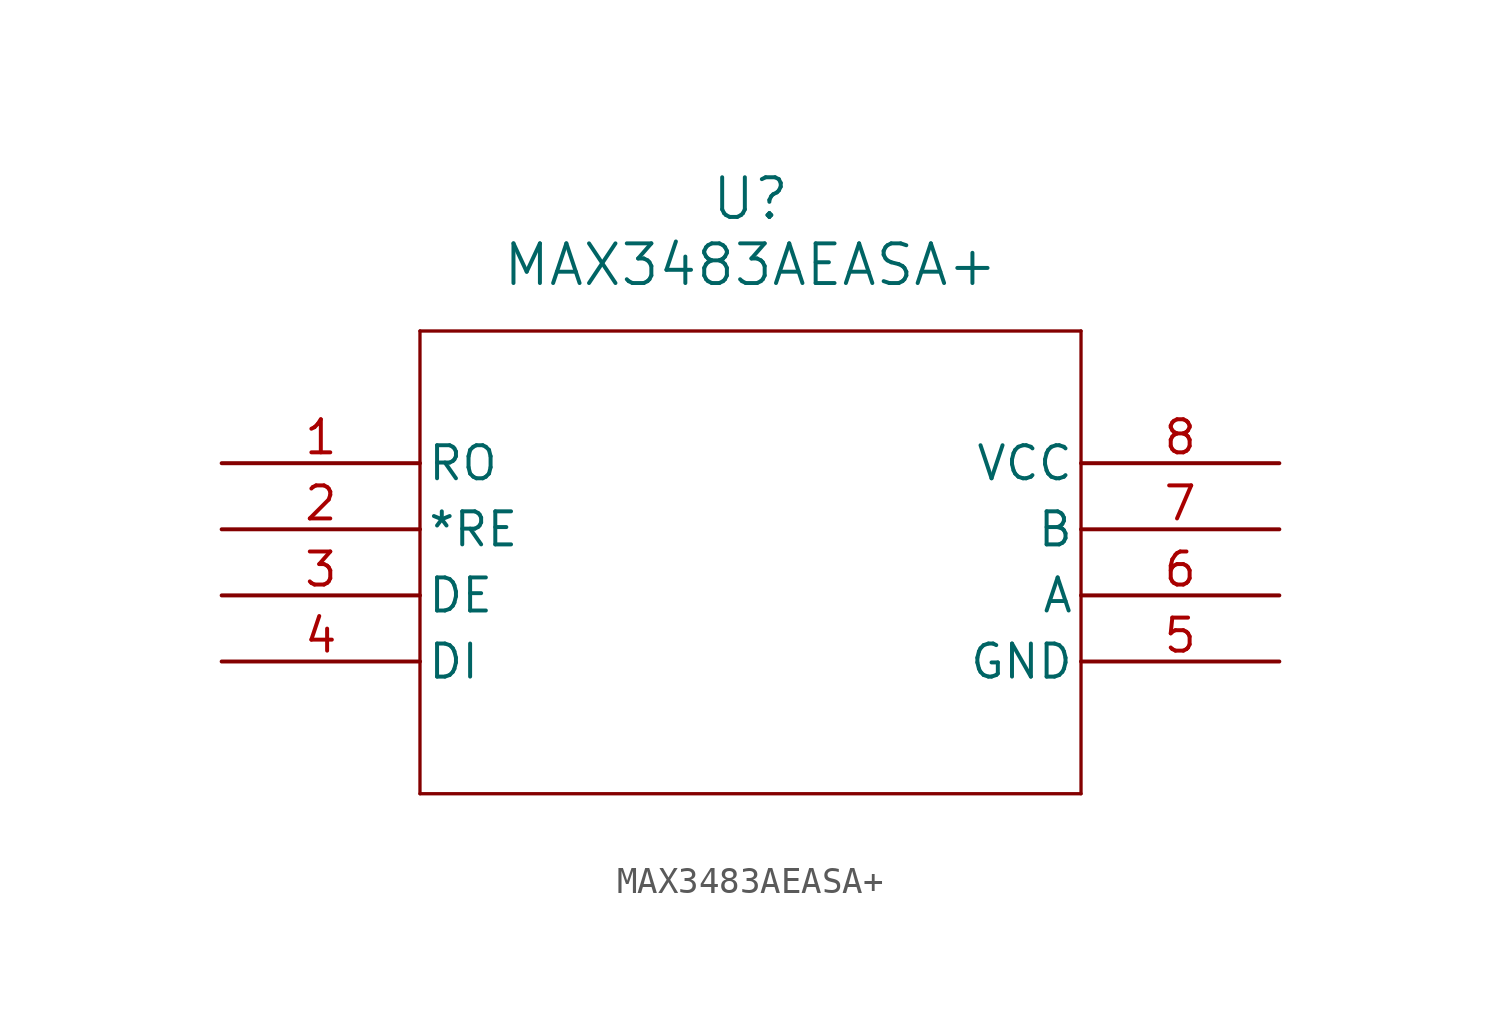
<source format=kicad_sym>
(kicad_symbol_lib
  (version 20211014)
  (generator kicad_symbol_editor)
  (symbol "MAX3483AEASA+"
    (pin_names
      (offset 0.254))
    (property "Reference" "U"
      (at 20.32 10.16 0)
      (effects (font (size 1.524 1.524))))
    (property "Value" "MAX3483AEASA+"
      (at 20.32 7.62 0)
      (effects (font (size 1.524 1.524))))
    (symbol "MAX3483AEASA+_0_1"
      (polyline (pts (xy 7.62 5.08) (xy 7.62 -12.7)) (stroke (width 0.127) (type default) (color 0 0 0 0)) (fill (type none)))
      (polyline (pts (xy 7.62 -12.7) (xy 33.02 -12.7)) (stroke (width 0.127) (type default) (color 0 0 0 0)) (fill (type none)))
      (polyline (pts (xy 33.02 -12.7) (xy 33.02 5.08)) (stroke (width 0.127) (type default) (color 0 0 0 0)) (fill (type none)))
      (polyline (pts (xy 33.02 5.08) (xy 7.62 5.08)) (stroke (width 0.127) (type default) (color 0 0 0 0)) (fill (type none)))
      (pin unspecified line (at 0 0 0) (length 7.62) (name "RO" (effects (font (size 1.27 1.27)))) (number "1" (effects (font (size 1.27 1.27)))))
      (pin unspecified line (at 0 -2.54 0) (length 7.62) (name "*RE" (effects (font (size 1.27 1.27)))) (number "2" (effects (font (size 1.27 1.27)))))
      (pin unspecified line (at 0 -5.08 0) (length 7.62) (name "DE" (effects (font (size 1.27 1.27)))) (number "3" (effects (font (size 1.27 1.27)))))
      (pin unspecified line (at 0 -7.62 0) (length 7.62) (name "DI" (effects (font (size 1.27 1.27)))) (number "4" (effects (font (size 1.27 1.27)))))
      (pin power_out line (at 40.64 -7.62 180) (length 7.62) (name "GND" (effects (font (size 1.27 1.27)))) (number "5" (effects (font (size 1.27 1.27)))))
      (pin unspecified line (at 40.64 -5.08 180) (length 7.62) (name "A" (effects (font (size 1.27 1.27)))) (number "6" (effects (font (size 1.27 1.27)))))
      (pin unspecified line (at 40.64 -2.54 180) (length 7.62) (name "B" (effects (font (size 1.27 1.27)))) (number "7" (effects (font (size 1.27 1.27)))))
      (pin power_in line (at 40.64 0 180) (length 7.62) (name "VCC" (effects (font (size 1.27 1.27)))) (number "8" (effects (font (size 1.27 1.27))))))))
</source>
